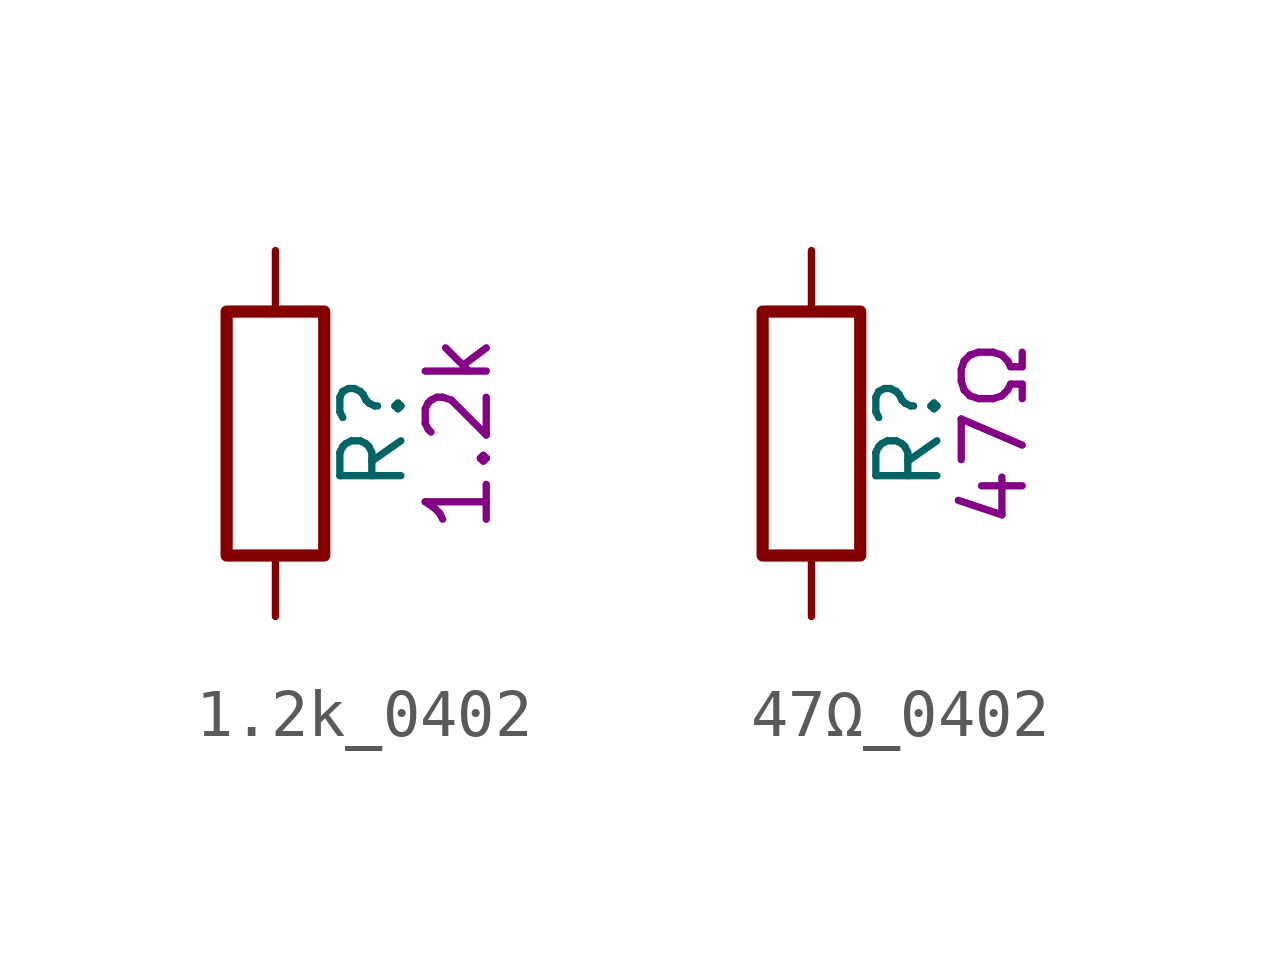
<source format=kicad_sym>
(kicad_symbol_lib
  (version 20211014)
  (generator kicad_symbol_editor)
  (symbol "1.2k_0402"
    (pin_numbers hide)
    (pin_names
      (offset 0))
    (property "Reference" "R"
      (at 2.032 0 90)
      (effects (font (size 1.27 1.27))))
    (property "Display" "1.2k"
      (at 3.81 0 90)
      (effects (font (size 1.27 1.27))))
    (symbol "1.2k_0402_0_1"
      (rectangle (start -1.016 -2.54) (end 1.016 2.54) (stroke (width 0.254) (type default) (color 0 0 0 0)) (fill (type none))))
    (symbol "1.2k_0402_1_1"
      (pin passive line (at 0 3.81 270) (length 1.27) (name "~" (effects (font (size 1.27 1.27)))) (number "1" (effects (font (size 1.27 1.27)))))
      (pin passive line (at 0 -3.81 90) (length 1.27) (name "~" (effects (font (size 1.27 1.27)))) (number "2" (effects (font (size 1.27 1.27)))))))
  (symbol "47Ω_0402"
    (pin_numbers hide)
    (pin_names
      (offset 0))
    (property "Reference" "R"
      (at 2.032 0 90)
      (effects (font (size 1.27 1.27))))
    (property "Display" "47Ω"
      (at 3.81 0 90)
      (effects (font (size 1.27 1.27))))
    (symbol "47Ω_0402_0_1"
      (rectangle (start -1.016 -2.54) (end 1.016 2.54) (stroke (width 0.254) (type default) (color 0 0 0 0)) (fill (type none))))
    (symbol "47Ω_0402_1_1"
      (pin passive line (at 0 3.81 270) (length 1.27) (name "~" (effects (font (size 1.27 1.27)))) (number "1" (effects (font (size 1.27 1.27)))))
      (pin passive line (at 0 -3.81 90) (length 1.27) (name "~" (effects (font (size 1.27 1.27)))) (number "2" (effects (font (size 1.27 1.27))))))))
</source>
